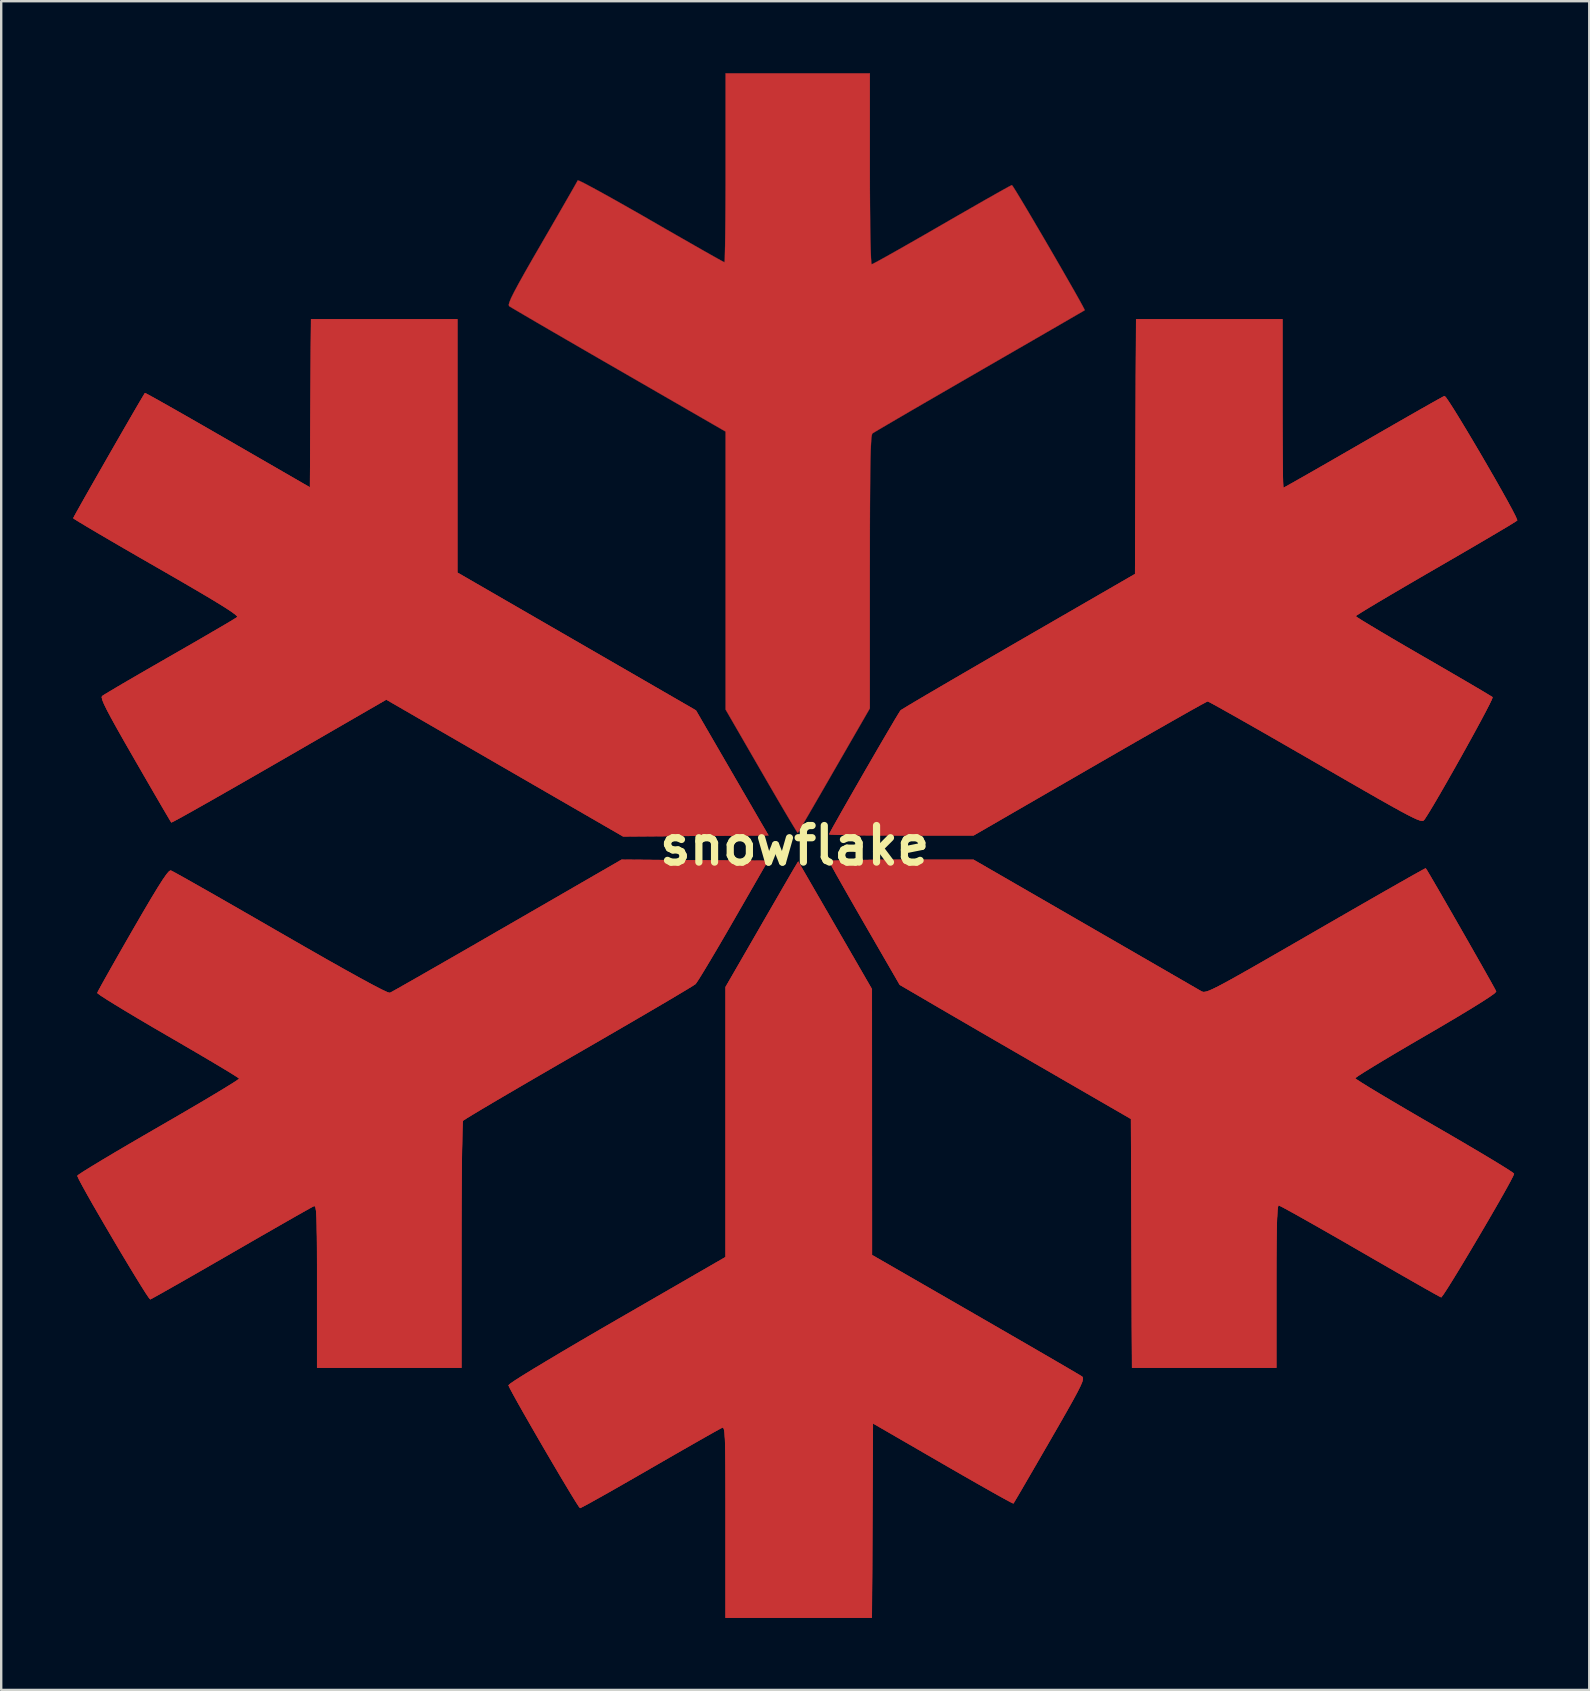
<source format=kicad_pcb>
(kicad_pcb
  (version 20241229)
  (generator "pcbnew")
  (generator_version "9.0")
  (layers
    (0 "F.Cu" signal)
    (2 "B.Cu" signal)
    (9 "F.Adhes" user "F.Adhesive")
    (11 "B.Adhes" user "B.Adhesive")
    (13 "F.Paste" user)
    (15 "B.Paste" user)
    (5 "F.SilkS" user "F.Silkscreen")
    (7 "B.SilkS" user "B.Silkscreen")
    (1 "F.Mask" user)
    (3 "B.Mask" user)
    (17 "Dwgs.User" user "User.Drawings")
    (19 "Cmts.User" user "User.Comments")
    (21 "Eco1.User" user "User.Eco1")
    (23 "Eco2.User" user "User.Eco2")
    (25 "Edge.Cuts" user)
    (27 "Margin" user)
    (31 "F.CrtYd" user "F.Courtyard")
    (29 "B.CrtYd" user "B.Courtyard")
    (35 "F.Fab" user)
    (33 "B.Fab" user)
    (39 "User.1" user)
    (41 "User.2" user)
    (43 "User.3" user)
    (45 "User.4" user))
  (footprint "snowflake"
    (layer "F.Cu")
    (at 30.058 32.178)
    (property "Reference" "snowflake" (at 0 0 0) (layer "F.SilkS") (effects (font (size 1.524 1.524) (thickness 0.3))))
    (attr through_hole)
    (fp_poly (pts (xy -14.055 -11.372) (xy -4.115 -5.63) (xy -2.815 -3.387) (xy -2.48 -2.809) (xy -2.163 -2.262) (xy -1.876 -1.769) (xy -1.633 -1.349) (xy -1.446 -1.027) (xy -1.327 -0.822) (xy -1.305 -0.785) (xy -1.096 -0.428) (xy -4.121 -0.404) (xy -7.147 -0.381) (xy -12.081 -3.232) (xy -17.015 -6.083) (xy -21.475 -3.507) (xy -22.27 -3.049) (xy -23.02 -2.618) (xy -23.713 -2.222) (xy -24.337 -1.866) (xy -24.879 -1.56) (xy -25.325 -1.309) (xy -25.664 -1.122) (xy -25.883 -1.004) (xy -25.969 -0.964) (xy -25.969 -0.965) (xy -26.018 -1.043) (xy -26.141 -1.252) (xy -26.33 -1.573) (xy -26.573 -1.991) (xy -26.861 -2.487) (xy -27.184 -3.046) (xy -27.482 -3.563) (xy -27.889 -4.271) (xy -28.215 -4.846) (xy -28.467 -5.302) (xy -28.652 -5.651) (xy -28.776 -5.905) (xy -28.846 -6.077) (xy -28.867 -6.181) (xy -28.853 -6.225) (xy -28.757 -6.288) (xy -28.53 -6.425) (xy -28.191 -6.626) (xy -27.756 -6.881) (xy -27.242 -7.179) (xy -26.667 -7.511) (xy -26.047 -7.867) (xy -26.035 -7.874) (xy -25.415 -8.23) (xy -24.839 -8.562) (xy -24.325 -8.861) (xy -23.889 -9.115) (xy -23.548 -9.316) (xy -23.321 -9.454) (xy -23.223 -9.517) (xy -23.222 -9.518) (xy -23.235 -9.563) (xy -23.333 -9.65) (xy -23.525 -9.786) (xy -23.82 -9.976) (xy -24.226 -10.225) (xy -24.751 -10.537) (xy -25.404 -10.919) (xy -26.193 -11.375) (xy -26.584 -11.6) (xy -27.283 -12.002) (xy -27.934 -12.378) (xy -28.524 -12.722) (xy -29.038 -13.023) (xy -29.463 -13.274) (xy -29.783 -13.466) (xy -29.985 -13.591) (xy -30.053 -13.639) (xy -30.013 -13.718) (xy -29.9 -13.923) (xy -29.726 -14.234) (xy -29.502 -14.631) (xy -29.239 -15.093) (xy -28.95 -15.6) (xy -28.646 -16.131) (xy -28.339 -16.667) (xy -28.04 -17.187) (xy -27.761 -17.67) (xy -27.514 -18.097) (xy -27.31 -18.447) (xy -27.161 -18.699) (xy -27.079 -18.834) (xy -27.067 -18.85) (xy -26.992 -18.814) (xy -26.784 -18.701) (xy -26.459 -18.52) (xy -26.03 -18.278) (xy -25.513 -17.984) (xy -24.922 -17.646) (xy -24.271 -17.272) (xy -23.618 -16.896) (xy -20.193 -14.919) (xy -20.171 -18.424) (xy -20.149 -21.929) (xy -14.055 -21.929) (xy -14.055 -11.372)) (stroke (width 0.01) (type solid)) (fill yes) (layer "F.Cu"))
    (fp_poly (pts (xy -14.055 -11.372) (xy -4.115 -5.63) (xy -2.815 -3.387) (xy -2.48 -2.809) (xy -2.163 -2.262) (xy -1.876 -1.769) (xy -1.633 -1.349) (xy -1.446 -1.027) (xy -1.327 -0.822) (xy -1.305 -0.785) (xy -1.096 -0.428) (xy -4.121 -0.404) (xy -7.147 -0.381) (xy -12.081 -3.232) (xy -17.015 -6.083) (xy -21.475 -3.507) (xy -22.27 -3.049) (xy -23.02 -2.618) (xy -23.713 -2.222) (xy -24.337 -1.866) (xy -24.879 -1.56) (xy -25.325 -1.309) (xy -25.664 -1.122) (xy -25.883 -1.004) (xy -25.969 -0.964) (xy -25.969 -0.965) (xy -26.018 -1.043) (xy -26.141 -1.252) (xy -26.33 -1.573) (xy -26.573 -1.991) (xy -26.861 -2.487) (xy -27.184 -3.046) (xy -27.482 -3.563) (xy -27.889 -4.271) (xy -28.215 -4.846) (xy -28.467 -5.302) (xy -28.652 -5.651) (xy -28.776 -5.905) (xy -28.846 -6.077) (xy -28.867 -6.181) (xy -28.853 -6.225) (xy -28.757 -6.288) (xy -28.53 -6.425) (xy -28.191 -6.626) (xy -27.756 -6.881) (xy -27.242 -7.179) (xy -26.667 -7.511) (xy -26.047 -7.867) (xy -26.035 -7.874) (xy -25.415 -8.23) (xy -24.839 -8.562) (xy -24.325 -8.861) (xy -23.889 -9.115) (xy -23.548 -9.316) (xy -23.321 -9.454) (xy -23.223 -9.517) (xy -23.222 -9.518) (xy -23.235 -9.563) (xy -23.333 -9.65) (xy -23.525 -9.786) (xy -23.82 -9.976) (xy -24.226 -10.225) (xy -24.751 -10.537) (xy -25.404 -10.919) (xy -26.193 -11.375) (xy -26.584 -11.6) (xy -27.283 -12.002) (xy -27.934 -12.378) (xy -28.524 -12.722) (xy -29.038 -13.023) (xy -29.463 -13.274) (xy -29.783 -13.466) (xy -29.985 -13.591) (xy -30.053 -13.639) (xy -30.013 -13.718) (xy -29.9 -13.923) (xy -29.726 -14.234) (xy -29.502 -14.631) (xy -29.239 -15.093) (xy -28.95 -15.6) (xy -28.646 -16.131) (xy -28.339 -16.667) (xy -28.04 -17.187) (xy -27.761 -17.67) (xy -27.514 -18.097) (xy -27.31 -18.447) (xy -27.161 -18.699) (xy -27.079 -18.834) (xy -27.067 -18.85) (xy -26.992 -18.814) (xy -26.784 -18.701) (xy -26.459 -18.52) (xy -26.03 -18.278) (xy -25.513 -17.984) (xy -24.922 -17.646) (xy -24.271 -17.272) (xy -23.618 -16.896) (xy -20.193 -14.919) (xy -20.171 -18.424) (xy -20.149 -21.929) (xy -14.055 -21.929) (xy -14.055 -11.372)) (stroke (width 0.01) (type solid)) (fill yes) (layer "F.Cu"))
    (fp_poly (pts (xy 1.682 3.325) (xy 3.217 5.982) (xy 3.219 11.521) (xy 3.221 17.06) (xy 7.527 19.541) (xy 8.312 19.994) (xy 9.056 20.424) (xy 9.745 20.822) (xy 10.365 21.182) (xy 10.904 21.495) (xy 11.348 21.754) (xy 11.684 21.951) (xy 11.898 22.078) (xy 11.974 22.125) (xy 12.005 22.165) (xy 12.008 22.234) (xy 11.977 22.346) (xy 11.905 22.515) (xy 11.784 22.757) (xy 11.607 23.086) (xy 11.366 23.516) (xy 11.055 24.062) (xy 10.666 24.737) (xy 10.628 24.803) (xy 10.281 25.403) (xy 9.962 25.955) (xy 9.679 26.442) (xy 9.443 26.848) (xy 9.263 27.155) (xy 9.149 27.347) (xy 9.112 27.408) (xy 9.034 27.373) (xy 8.827 27.263) (xy 8.504 27.085) (xy 8.082 26.848) (xy 7.577 26.561) (xy 7.004 26.234) (xy 6.379 25.874) (xy 6.171 25.754) (xy 3.26 24.07) (xy 3.238 28.122) (xy 3.216 32.173) (xy -2.879 32.173) (xy -2.879 28.185) (xy -2.879 27.259) (xy -2.88 26.488) (xy -2.883 25.859) (xy -2.888 25.357) (xy -2.895 24.97) (xy -2.905 24.681) (xy -2.919 24.479) (xy -2.937 24.349) (xy -2.96 24.277) (xy -2.987 24.249) (xy -3.02 24.251) (xy -3.023 24.252) (xy -3.127 24.306) (xy -3.36 24.435) (xy -3.706 24.63) (xy -4.148 24.881) (xy -4.67 25.179) (xy -5.253 25.514) (xy -5.883 25.877) (xy -6.016 25.954) (xy -6.65 26.319) (xy -7.238 26.656) (xy -7.764 26.956) (xy -8.214 27.208) (xy -8.569 27.406) (xy -8.814 27.538) (xy -8.933 27.597) (xy -8.941 27.599) (xy -8.997 27.528) (xy -9.124 27.33) (xy -9.311 27.026) (xy -9.546 26.636) (xy -9.818 26.18) (xy -10.113 25.679) (xy -10.421 25.154) (xy -10.729 24.623) (xy -11.025 24.109) (xy -11.298 23.632) (xy -11.536 23.211) (xy -11.726 22.867) (xy -11.858 22.621) (xy -11.918 22.493) (xy -11.92 22.486) (xy -11.853 22.424) (xy -11.649 22.284) (xy -11.316 22.072) (xy -10.865 21.795) (xy -10.305 21.458) (xy -9.647 21.066) (xy -8.899 20.626) (xy -8.072 20.144) (xy -7.412 19.762) (xy -2.879 17.145) (xy -2.879 11.52) (xy -2.879 5.895) (xy -1.508 3.519) (xy -1.17 2.932) (xy -0.852 2.383) (xy -0.568 1.891) (xy -0.328 1.477) (xy -0.144 1.16) (xy -0.027 0.959) (xy 0.005 0.906) (xy 0.147 0.669) (xy 1.682 3.325)) (stroke (width 0.01) (type solid)) (fill yes) (layer "F.Cu"))
    (fp_poly (pts (xy 1.682 3.325) (xy 3.217 5.982) (xy 3.219 11.521) (xy 3.221 17.06) (xy 7.527 19.541) (xy 8.312 19.994) (xy 9.056 20.424) (xy 9.745 20.822) (xy 10.365 21.182) (xy 10.904 21.495) (xy 11.348 21.754) (xy 11.684 21.951) (xy 11.898 22.078) (xy 11.974 22.125) (xy 12.005 22.165) (xy 12.008 22.234) (xy 11.977 22.346) (xy 11.905 22.515) (xy 11.784 22.757) (xy 11.607 23.086) (xy 11.366 23.516) (xy 11.055 24.062) (xy 10.666 24.737) (xy 10.628 24.803) (xy 10.281 25.403) (xy 9.962 25.955) (xy 9.679 26.442) (xy 9.443 26.848) (xy 9.263 27.155) (xy 9.149 27.347) (xy 9.112 27.408) (xy 9.034 27.373) (xy 8.827 27.263) (xy 8.504 27.085) (xy 8.082 26.848) (xy 7.577 26.561) (xy 7.004 26.234) (xy 6.379 25.874) (xy 6.171 25.754) (xy 3.26 24.07) (xy 3.238 28.122) (xy 3.216 32.173) (xy -2.879 32.173) (xy -2.879 28.185) (xy -2.879 27.259) (xy -2.88 26.488) (xy -2.883 25.859) (xy -2.888 25.357) (xy -2.895 24.97) (xy -2.905 24.681) (xy -2.919 24.479) (xy -2.937 24.349) (xy -2.96 24.277) (xy -2.987 24.249) (xy -3.02 24.251) (xy -3.023 24.252) (xy -3.127 24.306) (xy -3.36 24.435) (xy -3.706 24.63) (xy -4.148 24.881) (xy -4.67 25.179) (xy -5.253 25.514) (xy -5.883 25.877) (xy -6.016 25.954) (xy -6.65 26.319) (xy -7.238 26.656) (xy -7.764 26.956) (xy -8.214 27.208) (xy -8.569 27.406) (xy -8.814 27.538) (xy -8.933 27.597) (xy -8.941 27.599) (xy -8.997 27.528) (xy -9.124 27.33) (xy -9.311 27.026) (xy -9.546 26.636) (xy -9.818 26.18) (xy -10.113 25.679) (xy -10.421 25.154) (xy -10.729 24.623) (xy -11.025 24.109) (xy -11.298 23.632) (xy -11.536 23.211) (xy -11.726 22.867) (xy -11.858 22.621) (xy -11.918 22.493) (xy -11.92 22.486) (xy -11.853 22.424) (xy -11.649 22.284) (xy -11.316 22.072) (xy -10.865 21.795) (xy -10.305 21.458) (xy -9.647 21.066) (xy -8.899 20.626) (xy -8.072 20.144) (xy -7.412 19.762) (xy -2.879 17.145) (xy -2.879 11.52) (xy -2.879 5.895) (xy -1.508 3.519) (xy -1.17 2.932) (xy -0.852 2.383) (xy -0.568 1.891) (xy -0.328 1.477) (xy -0.144 1.16) (xy -0.027 0.959) (xy 0.005 0.906) (xy 0.147 0.669) (xy 1.682 3.325)) (stroke (width 0.01) (type solid)) (fill yes) (layer "F.Cu"))
    (fp_poly (pts (xy 3.133 -28.194) (xy 3.134 -27.35) (xy 3.139 -26.576) (xy 3.146 -25.886) (xy 3.155 -25.296) (xy 3.167 -24.819) (xy 3.18 -24.471) (xy 3.195 -24.266) (xy 3.208 -24.215) (xy 3.296 -24.256) (xy 3.513 -24.373) (xy 3.845 -24.557) (xy 4.274 -24.798) (xy 4.785 -25.089) (xy 5.361 -25.418) (xy 5.985 -25.778) (xy 6.137 -25.866) (xy 6.77 -26.231) (xy 7.358 -26.568) (xy 7.883 -26.869) (xy 8.33 -27.122) (xy 8.683 -27.321) (xy 8.926 -27.454) (xy 9.043 -27.514) (xy 9.05 -27.517) (xy 9.102 -27.447) (xy 9.226 -27.25) (xy 9.41 -26.947) (xy 9.643 -26.558) (xy 9.912 -26.103) (xy 10.207 -25.601) (xy 10.516 -25.073) (xy 10.826 -24.539) (xy 11.127 -24.018) (xy 11.406 -23.532) (xy 11.653 -23.1) (xy 11.854 -22.743) (xy 11.999 -22.479) (xy 12.076 -22.33) (xy 12.085 -22.303) (xy 12.01 -22.259) (xy 11.801 -22.138) (xy 11.471 -21.947) (xy 11.033 -21.693) (xy 10.5 -21.385) (xy 9.884 -21.029) (xy 9.198 -20.633) (xy 8.455 -20.204) (xy 7.705 -19.771) (xy 6.916 -19.315) (xy 6.17 -18.883) (xy 5.479 -18.483) (xy 4.857 -18.122) (xy 4.317 -17.807) (xy 3.872 -17.546) (xy 3.534 -17.348) (xy 3.319 -17.219) (xy 3.239 -17.168) (xy 3.217 -17.116) (xy 3.198 -16.99) (xy 3.182 -16.781) (xy 3.168 -16.479) (xy 3.157 -16.074) (xy 3.149 -15.555) (xy 3.142 -14.913) (xy 3.137 -14.138) (xy 3.134 -13.22) (xy 3.133 -12.148) (xy 3.132 -11.398) (xy 3.132 -5.715) (xy 1.643 -3.133) (xy 1.297 -2.532) (xy 0.978 -1.98) (xy 0.696 -1.492) (xy 0.46 -1.086) (xy 0.281 -0.779) (xy 0.168 -0.586) (xy 0.13 -0.526) (xy 0.084 -0.59) (xy -0.037 -0.786) (xy -0.223 -1.095) (xy -0.464 -1.502) (xy -0.751 -1.991) (xy -1.073 -2.545) (xy -1.386 -3.085) (xy -2.879 -5.669) (xy -2.879 -17.248) (xy -7.33 -19.817) (xy -8.128 -20.277) (xy -8.883 -20.714) (xy -9.583 -21.12) (xy -10.215 -21.486) (xy -10.766 -21.807) (xy -11.222 -22.074) (xy -11.571 -22.279) (xy -11.8 -22.415) (xy -11.896 -22.474) (xy -11.896 -22.474) (xy -11.913 -22.526) (xy -11.887 -22.633) (xy -11.814 -22.81) (xy -11.685 -23.069) (xy -11.495 -23.424) (xy -11.237 -23.886) (xy -10.904 -24.469) (xy -10.536 -25.104) (xy -10.19 -25.701) (xy -9.872 -26.252) (xy -9.591 -26.74) (xy -9.357 -27.147) (xy -9.18 -27.457) (xy -9.07 -27.652) (xy -9.037 -27.715) (xy -8.961 -27.689) (xy -8.754 -27.587) (xy -8.432 -27.416) (xy -8.009 -27.185) (xy -7.502 -26.903) (xy -6.926 -26.577) (xy -6.295 -26.218) (xy -5.991 -26.042) (xy -5.34 -25.667) (xy -4.734 -25.32) (xy -4.191 -25.009) (xy -3.724 -24.743) (xy -3.35 -24.532) (xy -3.085 -24.384) (xy -2.944 -24.308) (xy -2.925 -24.299) (xy -2.915 -24.381) (xy -2.907 -24.616) (xy -2.899 -24.987) (xy -2.892 -25.477) (xy -2.886 -26.07) (xy -2.882 -26.749) (xy -2.879 -27.498) (xy -2.879 -28.236) (xy -2.879 -32.173) (xy 3.133 -32.173) (xy 3.133 -28.194)) (stroke (width 0.01) (type solid)) (fill yes) (layer "F.Cu"))
    (fp_poly (pts (xy 12.087 3.269) (xy 12.904 3.741) (xy 13.682 4.19) (xy 14.407 4.609) (xy 15.067 4.99) (xy 15.648 5.326) (xy 16.138 5.609) (xy 16.522 5.831) (xy 16.789 5.985) (xy 16.925 6.064) (xy 16.935 6.07) (xy 16.983 6.093) (xy 17.04 6.103) (xy 17.117 6.095) (xy 17.226 6.062) (xy 17.378 5.998) (xy 17.584 5.899) (xy 17.856 5.757) (xy 18.204 5.567) (xy 18.64 5.323) (xy 19.175 5.019) (xy 19.82 4.649) (xy 20.587 4.208) (xy 21.486 3.689) (xy 21.709 3.56) (xy 22.512 3.097) (xy 23.271 2.66) (xy 23.973 2.257) (xy 24.605 1.895) (xy 25.156 1.582) (xy 25.611 1.323) (xy 25.961 1.127) (xy 26.19 1) (xy 26.288 0.95) (xy 26.29 0.95) (xy 26.347 1.04) (xy 26.475 1.255) (xy 26.662 1.576) (xy 26.897 1.98) (xy 27.166 2.448) (xy 27.459 2.958) (xy 27.764 3.49) (xy 28.069 4.023) (xy 28.361 4.537) (xy 28.629 5.009) (xy 28.861 5.42) (xy 29.046 5.749) (xy 29.17 5.975) (xy 29.223 6.078) (xy 29.224 6.081) (xy 29.159 6.152) (xy 28.953 6.3) (xy 28.614 6.52) (xy 28.149 6.809) (xy 27.566 7.16) (xy 26.873 7.57) (xy 26.3 7.904) (xy 25.657 8.278) (xy 25.063 8.628) (xy 24.532 8.944) (xy 24.081 9.217) (xy 23.724 9.437) (xy 23.478 9.595) (xy 23.357 9.682) (xy 23.347 9.694) (xy 23.418 9.751) (xy 23.622 9.883) (xy 23.943 10.082) (xy 24.367 10.338) (xy 24.88 10.643) (xy 25.466 10.988) (xy 26.111 11.365) (xy 26.658 11.681) (xy 27.34 12.076) (xy 27.974 12.447) (xy 28.547 12.785) (xy 29.042 13.081) (xy 29.447 13.328) (xy 29.745 13.515) (xy 29.923 13.634) (xy 29.968 13.674) (xy 29.927 13.776) (xy 29.811 13.999) (xy 29.633 14.324) (xy 29.404 14.73) (xy 29.136 15.197) (xy 28.841 15.705) (xy 28.531 16.233) (xy 28.218 16.762) (xy 27.914 17.271) (xy 27.631 17.74) (xy 27.38 18.149) (xy 27.174 18.477) (xy 27.024 18.705) (xy 26.943 18.813) (xy 26.933 18.818) (xy 26.844 18.773) (xy 26.623 18.651) (xy 26.286 18.462) (xy 25.849 18.213) (xy 25.325 17.914) (xy 24.731 17.573) (xy 24.08 17.198) (xy 23.55 16.892) (xy 22.868 16.498) (xy 22.228 16.132) (xy 21.648 15.802) (xy 21.142 15.516) (xy 20.725 15.283) (xy 20.412 15.112) (xy 20.218 15.011) (xy 20.16 14.986) (xy 20.135 15.042) (xy 20.113 15.214) (xy 20.096 15.511) (xy 20.083 15.942) (xy 20.074 16.515) (xy 20.068 17.238) (xy 20.066 18.12) (xy 20.066 18.373) (xy 20.066 21.759) (xy 14.056 21.759) (xy 14.034 16.573) (xy 14.012 11.388) (xy 10.668 9.455) (xy 9.914 9.019) (xy 9.149 8.576) (xy 8.397 8.141) (xy 7.683 7.727) (xy 7.032 7.348) (xy 6.467 7.02) (xy 6.013 6.756) (xy 5.851 6.661) (xy 4.378 5.8) (xy 2.911 3.26) (xy 2.567 2.663) (xy 2.252 2.112) (xy 1.975 1.625) (xy 1.745 1.219) (xy 1.574 0.91) (xy 1.47 0.717) (xy 1.441 0.656) (xy 1.522 0.641) (xy 1.754 0.628) (xy 2.116 0.616) (xy 2.591 0.606) (xy 3.16 0.599) (xy 3.802 0.594) (xy 4.446 0.593) (xy 7.453 0.593) (xy 12.087 3.269)) (stroke (width 0.01) (type solid)) (fill yes) (layer "F.Cu"))
    (fp_poly (pts (xy 12.087 3.269) (xy 12.904 3.741) (xy 13.682 4.19) (xy 14.407 4.609) (xy 15.067 4.99) (xy 15.648 5.326) (xy 16.138 5.609) (xy 16.522 5.831) (xy 16.789 5.985) (xy 16.925 6.064) (xy 16.935 6.07) (xy 16.983 6.093) (xy 17.04 6.103) (xy 17.117 6.095) (xy 17.226 6.062) (xy 17.378 5.998) (xy 17.584 5.899) (xy 17.856 5.757) (xy 18.204 5.567) (xy 18.64 5.323) (xy 19.175 5.019) (xy 19.82 4.649) (xy 20.587 4.208) (xy 21.486 3.689) (xy 21.709 3.56) (xy 22.512 3.097) (xy 23.271 2.66) (xy 23.973 2.257) (xy 24.605 1.895) (xy 25.156 1.582) (xy 25.611 1.323) (xy 25.961 1.127) (xy 26.19 1) (xy 26.288 0.95) (xy 26.29 0.95) (xy 26.347 1.04) (xy 26.475 1.255) (xy 26.662 1.576) (xy 26.897 1.98) (xy 27.166 2.448) (xy 27.459 2.958) (xy 27.764 3.49) (xy 28.069 4.023) (xy 28.361 4.537) (xy 28.629 5.009) (xy 28.861 5.42) (xy 29.046 5.749) (xy 29.17 5.975) (xy 29.223 6.078) (xy 29.224 6.081) (xy 29.159 6.152) (xy 28.953 6.3) (xy 28.614 6.52) (xy 28.149 6.809) (xy 27.566 7.16) (xy 26.873 7.57) (xy 26.3 7.904) (xy 25.657 8.278) (xy 25.063 8.628) (xy 24.532 8.944) (xy 24.081 9.217) (xy 23.724 9.437) (xy 23.478 9.595) (xy 23.357 9.682) (xy 23.347 9.694) (xy 23.418 9.751) (xy 23.622 9.883) (xy 23.943 10.082) (xy 24.367 10.338) (xy 24.88 10.643) (xy 25.466 10.988) (xy 26.111 11.365) (xy 26.658 11.681) (xy 27.34 12.076) (xy 27.974 12.447) (xy 28.547 12.785) (xy 29.042 13.081) (xy 29.447 13.328) (xy 29.745 13.515) (xy 29.923 13.634) (xy 29.968 13.674) (xy 29.927 13.776) (xy 29.811 13.999) (xy 29.633 14.324) (xy 29.404 14.73) (xy 29.136 15.197) (xy 28.841 15.705) (xy 28.531 16.233) (xy 28.218 16.762) (xy 27.914 17.271) (xy 27.631 17.74) (xy 27.38 18.149) (xy 27.174 18.477) (xy 27.024 18.705) (xy 26.943 18.813) (xy 26.933 18.818) (xy 26.844 18.773) (xy 26.623 18.651) (xy 26.286 18.462) (xy 25.849 18.213) (xy 25.325 17.914) (xy 24.731 17.573) (xy 24.08 17.198) (xy 23.55 16.892) (xy 22.868 16.498) (xy 22.228 16.132) (xy 21.648 15.802) (xy 21.142 15.516) (xy 20.725 15.283) (xy 20.412 15.112) (xy 20.218 15.011) (xy 20.16 14.986) (xy 20.135 15.042) (xy 20.113 15.214) (xy 20.096 15.511) (xy 20.083 15.942) (xy 20.074 16.515) (xy 20.068 17.238) (xy 20.066 18.12) (xy 20.066 18.373) (xy 20.066 21.759) (xy 14.056 21.759) (xy 14.034 16.573) (xy 14.012 11.388) (xy 10.668 9.455) (xy 9.914 9.019) (xy 9.149 8.576) (xy 8.397 8.141) (xy 7.683 7.727) (xy 7.032 7.348) (xy 6.467 7.02) (xy 6.013 6.756) (xy 5.851 6.661) (xy 4.378 5.8) (xy 2.911 3.26) (xy 2.567 2.663) (xy 2.252 2.112) (xy 1.975 1.625) (xy 1.745 1.219) (xy 1.574 0.91) (xy 1.47 0.717) (xy 1.441 0.656) (xy 1.522 0.641) (xy 1.754 0.628) (xy 2.116 0.616) (xy 2.591 0.606) (xy 3.16 0.599) (xy 3.802 0.594) (xy 4.446 0.593) (xy 7.453 0.593) (xy 12.087 3.269)) (stroke (width 0.01) (type solid)) (fill yes) (layer "F.Cu"))
    (fp_poly (pts (xy 20.32 -18.415) (xy 20.321 -17.662) (xy 20.324 -16.965) (xy 20.328 -16.34) (xy 20.333 -15.805) (xy 20.34 -15.379) (xy 20.347 -15.078) (xy 20.355 -14.921) (xy 20.359 -14.901) (xy 20.439 -14.942) (xy 20.649 -15.06) (xy 20.977 -15.245) (xy 21.407 -15.49) (xy 21.923 -15.785) (xy 22.512 -16.123) (xy 23.158 -16.495) (xy 23.689 -16.801) (xy 24.371 -17.195) (xy 25.01 -17.562) (xy 25.59 -17.894) (xy 26.096 -18.183) (xy 26.513 -18.419) (xy 26.825 -18.594) (xy 27.017 -18.699) (xy 27.074 -18.727) (xy 27.136 -18.663) (xy 27.268 -18.471) (xy 27.46 -18.172) (xy 27.699 -17.785) (xy 27.973 -17.332) (xy 28.272 -16.831) (xy 28.582 -16.305) (xy 28.892 -15.771) (xy 29.191 -15.252) (xy 29.466 -14.767) (xy 29.706 -14.336) (xy 29.899 -13.979) (xy 30.033 -13.717) (xy 30.096 -13.57) (xy 30.099 -13.546) (xy 30.019 -13.492) (xy 29.808 -13.361) (xy 29.479 -13.164) (xy 29.048 -12.909) (xy 28.529 -12.604) (xy 27.937 -12.258) (xy 27.287 -11.881) (xy 26.713 -11.548) (xy 26.028 -11.151) (xy 25.39 -10.779) (xy 24.814 -10.441) (xy 24.314 -10.145) (xy 23.905 -9.9) (xy 23.602 -9.714) (xy 23.419 -9.597) (xy 23.368 -9.558) (xy 23.439 -9.504) (xy 23.641 -9.375) (xy 23.958 -9.182) (xy 24.374 -8.933) (xy 24.874 -8.637) (xy 25.441 -8.305) (xy 26.06 -7.946) (xy 26.183 -7.875) (xy 26.813 -7.511) (xy 27.398 -7.171) (xy 27.922 -6.866) (xy 28.367 -6.605) (xy 28.717 -6.398) (xy 28.956 -6.254) (xy 29.068 -6.184) (xy 29.073 -6.179) (xy 29.046 -6.096) (xy 28.946 -5.887) (xy 28.784 -5.573) (xy 28.571 -5.173) (xy 28.32 -4.71) (xy 28.04 -4.202) (xy 27.745 -3.671) (xy 27.445 -3.138) (xy 27.152 -2.622) (xy 26.877 -2.144) (xy 26.632 -1.725) (xy 26.428 -1.386) (xy 26.277 -1.147) (xy 26.224 -1.071) (xy 26.193 -1.042) (xy 26.145 -1.031) (xy 26.067 -1.043) (xy 25.949 -1.083) (xy 25.78 -1.159) (xy 25.549 -1.275) (xy 25.244 -1.438) (xy 24.855 -1.653) (xy 24.37 -1.926) (xy 23.779 -2.264) (xy 23.069 -2.672) (xy 22.231 -3.156) (xy 21.7 -3.463) (xy 20.908 -3.919) (xy 20.159 -4.35) (xy 19.467 -4.747) (xy 18.842 -5.103) (xy 18.3 -5.41) (xy 17.852 -5.662) (xy 17.512 -5.852) (xy 17.293 -5.97) (xy 17.207 -6.011) (xy 17.121 -5.97) (xy 16.901 -5.851) (xy 16.559 -5.661) (xy 16.108 -5.406) (xy 15.56 -5.095) (xy 14.927 -4.734) (xy 14.221 -4.331) (xy 13.456 -3.891) (xy 12.643 -3.422) (xy 12.288 -3.217) (xy 7.453 -0.423) (xy 4.446 -0.423) (xy 3.752 -0.425) (xy 3.114 -0.428) (xy 2.552 -0.434) (xy 2.084 -0.442) (xy 1.73 -0.451) (xy 1.509 -0.461) (xy 1.439 -0.471) (xy 1.48 -0.555) (xy 1.594 -0.765) (xy 1.771 -1.079) (xy 1.997 -1.479) (xy 2.261 -1.942) (xy 2.552 -2.449) (xy 2.857 -2.98) (xy 3.165 -3.513) (xy 3.464 -4.029) (xy 3.742 -4.506) (xy 3.988 -4.924) (xy 4.188 -5.264) (xy 4.333 -5.503) (xy 4.409 -5.622) (xy 4.415 -5.63) (xy 4.5 -5.686) (xy 4.72 -5.819) (xy 5.062 -6.023) (xy 5.513 -6.289) (xy 6.062 -6.61) (xy 6.695 -6.98) (xy 7.402 -7.391) (xy 8.168 -7.836) (xy 8.982 -8.308) (xy 9.338 -8.514) (xy 14.182 -11.312) (xy 14.203 -16.62) (xy 14.225 -21.929) (xy 20.32 -21.929) (xy 20.32 -18.415)) (stroke (width 0.01) (type solid)) (fill yes) (layer "F.Cu"))
    (fp_poly (pts (xy 20.32 -18.415) (xy 20.321 -17.662) (xy 20.324 -16.965) (xy 20.328 -16.34) (xy 20.333 -15.805) (xy 20.34 -15.379) (xy 20.347 -15.078) (xy 20.355 -14.921) (xy 20.359 -14.901) (xy 20.439 -14.942) (xy 20.649 -15.06) (xy 20.977 -15.245) (xy 21.407 -15.49) (xy 21.923 -15.785) (xy 22.512 -16.123) (xy 23.158 -16.495) (xy 23.689 -16.801) (xy 24.371 -17.195) (xy 25.01 -17.562) (xy 25.59 -17.894) (xy 26.096 -18.183) (xy 26.513 -18.419) (xy 26.825 -18.594) (xy 27.017 -18.699) (xy 27.074 -18.727) (xy 27.136 -18.663) (xy 27.268 -18.471) (xy 27.46 -18.172) (xy 27.699 -17.785) (xy 27.973 -17.332) (xy 28.272 -16.831) (xy 28.582 -16.305) (xy 28.892 -15.771) (xy 29.191 -15.252) (xy 29.466 -14.767) (xy 29.706 -14.336) (xy 29.899 -13.979) (xy 30.033 -13.717) (xy 30.096 -13.57) (xy 30.099 -13.546) (xy 30.019 -13.492) (xy 29.808 -13.361) (xy 29.479 -13.164) (xy 29.048 -12.909) (xy 28.529 -12.604) (xy 27.937 -12.258) (xy 27.287 -11.881) (xy 26.713 -11.548) (xy 26.028 -11.151) (xy 25.39 -10.779) (xy 24.814 -10.441) (xy 24.314 -10.145) (xy 23.905 -9.9) (xy 23.602 -9.714) (xy 23.419 -9.597) (xy 23.368 -9.558) (xy 23.439 -9.504) (xy 23.641 -9.375) (xy 23.958 -9.182) (xy 24.374 -8.933) (xy 24.874 -8.637) (xy 25.441 -8.305) (xy 26.06 -7.946) (xy 26.183 -7.875) (xy 26.813 -7.511) (xy 27.398 -7.171) (xy 27.922 -6.866) (xy 28.367 -6.605) (xy 28.717 -6.398) (xy 28.956 -6.254) (xy 29.068 -6.184) (xy 29.073 -6.179) (xy 29.046 -6.096) (xy 28.946 -5.887) (xy 28.784 -5.573) (xy 28.571 -5.173) (xy 28.32 -4.71) (xy 28.04 -4.202) (xy 27.745 -3.671) (xy 27.445 -3.138) (xy 27.152 -2.622) (xy 26.877 -2.144) (xy 26.632 -1.725) (xy 26.428 -1.386) (xy 26.277 -1.147) (xy 26.224 -1.071) (xy 26.193 -1.042) (xy 26.145 -1.031) (xy 26.067 -1.043) (xy 25.949 -1.083) (xy 25.78 -1.159) (xy 25.549 -1.275) (xy 25.244 -1.438) (xy 24.855 -1.653) (xy 24.37 -1.926) (xy 23.779 -2.264) (xy 23.069 -2.672) (xy 22.231 -3.156) (xy 21.7 -3.463) (xy 20.908 -3.919) (xy 20.159 -4.35) (xy 19.467 -4.747) (xy 18.842 -5.103) (xy 18.3 -5.41) (xy 17.852 -5.662) (xy 17.512 -5.852) (xy 17.293 -5.97) (xy 17.207 -6.011) (xy 17.121 -5.97) (xy 16.901 -5.851) (xy 16.559 -5.661) (xy 16.108 -5.406) (xy 15.56 -5.095) (xy 14.927 -4.734) (xy 14.221 -4.331) (xy 13.456 -3.891) (xy 12.643 -3.422) (xy 12.288 -3.217) (xy 7.453 -0.423) (xy 4.446 -0.423) (xy 3.752 -0.425) (xy 3.114 -0.428) (xy 2.552 -0.434) (xy 2.084 -0.442) (xy 1.73 -0.451) (xy 1.509 -0.461) (xy 1.439 -0.471) (xy 1.48 -0.555) (xy 1.594 -0.765) (xy 1.771 -1.079) (xy 1.997 -1.479) (xy 2.261 -1.942) (xy 2.552 -2.449) (xy 2.857 -2.98) (xy 3.165 -3.513) (xy 3.464 -4.029) (xy 3.742 -4.506) (xy 3.988 -4.924) (xy 4.188 -5.264) (xy 4.333 -5.503) (xy 4.409 -5.622) (xy 4.415 -5.63) (xy 4.5 -5.686) (xy 4.72 -5.819) (xy 5.062 -6.023) (xy 5.513 -6.289) (xy 6.062 -6.61) (xy 6.695 -6.98) (xy 7.402 -7.391) (xy 8.168 -7.836) (xy 8.982 -8.308) (xy 9.338 -8.514) (xy 14.182 -11.312) (xy 14.203 -16.62) (xy 14.225 -21.929) (xy 20.32 -21.929) (xy 20.32 -18.415)) (stroke (width 0.01) (type solid)) (fill yes) (layer "F.Cu"))
    (fp_poly (pts (xy -1.119 0.635) (xy -2.555 3.133) (xy -2.9 3.73) (xy -3.224 4.284) (xy -3.515 4.776) (xy -3.763 5.189) (xy -3.957 5.505) (xy -4.086 5.705) (xy -4.133 5.767) (xy -4.23 5.832) (xy -4.46 5.974) (xy -4.813 6.185) (xy -5.273 6.459) (xy -5.83 6.786) (xy -6.47 7.16) (xy -7.181 7.574) (xy -7.949 8.02) (xy -8.762 8.49) (xy -9.017 8.637) (xy -9.839 9.111) (xy -10.617 9.562) (xy -11.34 9.983) (xy -11.995 10.366) (xy -12.569 10.703) (xy -13.05 10.988) (xy -13.425 11.213) (xy -13.682 11.371) (xy -13.809 11.454) (xy -13.821 11.463) (xy -13.832 11.563) (xy -13.842 11.816) (xy -13.852 12.21) (xy -13.861 12.727) (xy -13.869 13.354) (xy -13.875 14.076) (xy -13.88 14.877) (xy -13.883 15.743) (xy -13.884 16.658) (xy -13.884 16.658) (xy -13.885 21.759) (xy -19.897 21.759) (xy -19.897 18.364) (xy -19.897 17.512) (xy -19.899 16.814) (xy -19.903 16.256) (xy -19.91 15.824) (xy -19.92 15.501) (xy -19.933 15.274) (xy -19.951 15.127) (xy -19.974 15.046) (xy -20.003 15.016) (xy -20.029 15.019) (xy -20.127 15.07) (xy -20.357 15.198) (xy -20.703 15.393) (xy -21.149 15.647) (xy -21.679 15.951) (xy -22.28 16.295) (xy -22.934 16.672) (xy -23.46 16.976) (xy -24.144 17.37) (xy -24.783 17.738) (xy -25.363 18.07) (xy -25.869 18.358) (xy -26.286 18.594) (xy -26.598 18.769) (xy -26.79 18.875) (xy -26.848 18.903) (xy -26.905 18.837) (xy -27.035 18.644) (xy -27.225 18.344) (xy -27.463 17.958) (xy -27.738 17.505) (xy -28.037 17.007) (xy -28.348 16.482) (xy -28.66 15.951) (xy -28.961 15.435) (xy -29.239 14.954) (xy -29.481 14.527) (xy -29.676 14.174) (xy -29.813 13.917) (xy -29.878 13.776) (xy -29.882 13.758) (xy -29.812 13.7) (xy -29.608 13.567) (xy -29.286 13.367) (xy -28.861 13.11) (xy -28.347 12.803) (xy -27.758 12.457) (xy -27.109 12.079) (xy -26.499 11.726) (xy -25.81 11.328) (xy -25.17 10.954) (xy -24.591 10.614) (xy -24.09 10.315) (xy -23.68 10.066) (xy -23.375 9.876) (xy -23.19 9.753) (xy -23.138 9.708) (xy -23.214 9.652) (xy -23.421 9.52) (xy -23.744 9.323) (xy -24.167 9.07) (xy -24.674 8.77) (xy -25.249 8.433) (xy -25.877 8.067) (xy -26.114 7.93) (xy -26.756 7.557) (xy -27.349 7.207) (xy -27.878 6.891) (xy -28.327 6.618) (xy -28.681 6.398) (xy -28.925 6.239) (xy -29.042 6.151) (xy -29.051 6.138) (xy -29.007 6.047) (xy -28.887 5.827) (xy -28.703 5.496) (xy -28.463 5.07) (xy -28.178 4.567) (xy -27.857 4.006) (xy -27.583 3.529) (xy -27.161 2.801) (xy -26.814 2.212) (xy -26.536 1.754) (xy -26.321 1.417) (xy -26.164 1.192) (xy -26.057 1.069) (xy -25.997 1.039) (xy -25.902 1.087) (xy -25.673 1.212) (xy -25.324 1.407) (xy -24.868 1.665) (xy -24.318 1.977) (xy -23.687 2.338) (xy -22.988 2.739) (xy -22.235 3.172) (xy -21.44 3.631) (xy -21.434 3.634) (xy -20.419 4.218) (xy -19.524 4.729) (xy -18.751 5.164) (xy -18.106 5.522) (xy -17.591 5.801) (xy -17.211 5.998) (xy -16.968 6.112) (xy -16.868 6.141) (xy -16.772 6.091) (xy -16.543 5.963) (xy -16.193 5.764) (xy -15.734 5.503) (xy -15.179 5.185) (xy -14.54 4.819) (xy -13.831 4.412) (xy -13.064 3.97) (xy -12.252 3.501) (xy -11.972 3.34) (xy -7.212 0.591) (xy -1.119 0.635)) (stroke (width 0.01) (type solid)) (fill yes) (layer "F.Cu"))
    (fp_poly (pts (xy -1.119 0.635) (xy -2.555 3.133) (xy -2.9 3.73) (xy -3.224 4.284) (xy -3.515 4.776) (xy -3.763 5.189) (xy -3.957 5.505) (xy -4.086 5.705) (xy -4.133 5.767) (xy -4.23 5.832) (xy -4.46 5.974) (xy -4.813 6.185) (xy -5.273 6.459) (xy -5.83 6.786) (xy -6.47 7.16) (xy -7.181 7.574) (xy -7.949 8.02) (xy -8.762 8.49) (xy -9.017 8.637) (xy -9.839 9.111) (xy -10.617 9.562) (xy -11.34 9.983) (xy -11.995 10.366) (xy -12.569 10.703) (xy -13.05 10.988) (xy -13.425 11.213) (xy -13.682 11.371) (xy -13.809 11.454) (xy -13.821 11.463) (xy -13.832 11.563) (xy -13.842 11.816) (xy -13.852 12.21) (xy -13.861 12.727) (xy -13.869 13.354) (xy -13.875 14.076) (xy -13.88 14.877) (xy -13.883 15.743) (xy -13.884 16.658) (xy -13.884 16.658) (xy -13.885 21.759) (xy -19.897 21.759) (xy -19.897 18.364) (xy -19.897 17.512) (xy -19.899 16.814) (xy -19.903 16.256) (xy -19.91 15.824) (xy -19.92 15.501) (xy -19.933 15.274) (xy -19.951 15.127) (xy -19.974 15.046) (xy -20.003 15.016) (xy -20.029 15.019) (xy -20.127 15.07) (xy -20.357 15.198) (xy -20.703 15.393) (xy -21.149 15.647) (xy -21.679 15.951) (xy -22.28 16.295) (xy -22.934 16.672) (xy -23.46 16.976) (xy -24.144 17.37) (xy -24.783 17.738) (xy -25.363 18.07) (xy -25.869 18.358) (xy -26.286 18.594) (xy -26.598 18.769) (xy -26.79 18.875) (xy -26.848 18.903) (xy -26.905 18.837) (xy -27.035 18.644) (xy -27.225 18.344) (xy -27.463 17.958) (xy -27.738 17.505) (xy -28.037 17.007) (xy -28.348 16.482) (xy -28.66 15.951) (xy -28.961 15.435) (xy -29.239 14.954) (xy -29.481 14.527) (xy -29.676 14.174) (xy -29.813 13.917) (xy -29.878 13.776) (xy -29.882 13.758) (xy -29.812 13.7) (xy -29.608 13.567) (xy -29.286 13.367) (xy -28.861 13.11) (xy -28.347 12.803) (xy -27.758 12.457) (xy -27.109 12.079) (xy -26.499 11.726) (xy -25.81 11.328) (xy -25.17 10.954) (xy -24.591 10.614) (xy -24.09 10.315) (xy -23.68 10.066) (xy -23.375 9.876) (xy -23.19 9.753) (xy -23.138 9.708) (xy -23.214 9.652) (xy -23.421 9.52) (xy -23.744 9.323) (xy -24.167 9.07) (xy -24.674 8.77) (xy -25.249 8.433) (xy -25.877 8.067) (xy -26.114 7.93) (xy -26.756 7.557) (xy -27.349 7.207) (xy -27.878 6.891) (xy -28.327 6.618) (xy -28.681 6.398) (xy -28.925 6.239) (xy -29.042 6.151) (xy -29.051 6.138) (xy -29.007 6.047) (xy -28.887 5.827) (xy -28.703 5.496) (xy -28.463 5.07) (xy -28.178 4.567) (xy -27.857 4.006) (xy -27.583 3.529) (xy -27.161 2.801) (xy -26.814 2.212) (xy -26.536 1.754) (xy -26.321 1.417) (xy -26.164 1.192) (xy -26.057 1.069) (xy -25.997 1.039) (xy -25.902 1.087) (xy -25.673 1.212) (xy -25.324 1.407) (xy -24.868 1.665) (xy -24.318 1.977) (xy -23.687 2.338) (xy -22.988 2.739) (xy -22.235 3.172) (xy -21.44 3.631) (xy -21.434 3.634) (xy -20.419 4.218) (xy -19.524 4.729) (xy -18.751 5.164) (xy -18.106 5.522) (xy -17.591 5.801) (xy -17.211 5.998) (xy -16.968 6.112) (xy -16.868 6.141) (xy -16.772 6.091) (xy -16.543 5.963) (xy -16.193 5.764) (xy -15.734 5.503) (xy -15.179 5.185) (xy -14.54 4.819) (xy -13.831 4.412) (xy -13.064 3.97) (xy -12.252 3.501) (xy -11.972 3.34) (xy -7.212 0.591) (xy -1.119 0.635)) (stroke (width 0.01) (type solid)) (fill yes) (layer "F.Cu"))
    (fp_poly (pts (xy -14.055 -11.372) (xy -4.115 -5.63) (xy -2.815 -3.387) (xy -2.48 -2.809) (xy -2.163 -2.262) (xy -1.876 -1.769) (xy -1.633 -1.349) (xy -1.446 -1.027) (xy -1.327 -0.822) (xy -1.305 -0.785) (xy -1.096 -0.428) (xy -4.121 -0.404) (xy -7.147 -0.381) (xy -12.081 -3.232) (xy -17.015 -6.083) (xy -21.475 -3.507) (xy -22.27 -3.049) (xy -23.02 -2.618) (xy -23.713 -2.222) (xy -24.337 -1.866) (xy -24.879 -1.56) (xy -25.325 -1.309) (xy -25.664 -1.122) (xy -25.883 -1.004) (xy -25.969 -0.964) (xy -25.969 -0.965) (xy -26.018 -1.043) (xy -26.141 -1.252) (xy -26.33 -1.573) (xy -26.573 -1.991) (xy -26.861 -2.487) (xy -27.184 -3.046) (xy -27.482 -3.563) (xy -27.889 -4.271) (xy -28.215 -4.846) (xy -28.467 -5.302) (xy -28.652 -5.651) (xy -28.776 -5.905) (xy -28.846 -6.077) (xy -28.867 -6.181) (xy -28.853 -6.225) (xy -28.757 -6.288) (xy -28.53 -6.425) (xy -28.191 -6.626) (xy -27.756 -6.881) (xy -27.242 -7.179) (xy -26.667 -7.511) (xy -26.047 -7.867) (xy -26.035 -7.874) (xy -25.415 -8.23) (xy -24.839 -8.562) (xy -24.325 -8.861) (xy -23.889 -9.115) (xy -23.548 -9.316) (xy -23.321 -9.454) (xy -23.223 -9.517) (xy -23.222 -9.518) (xy -23.235 -9.563) (xy -23.333 -9.65) (xy -23.525 -9.786) (xy -23.82 -9.976) (xy -24.226 -10.225) (xy -24.751 -10.537) (xy -25.404 -10.919) (xy -26.193 -11.375) (xy -26.584 -11.6) (xy -27.283 -12.002) (xy -27.934 -12.378) (xy -28.524 -12.722) (xy -29.038 -13.023) (xy -29.463 -13.274) (xy -29.783 -13.466) (xy -29.985 -13.591) (xy -30.053 -13.639) (xy -30.013 -13.718) (xy -29.9 -13.923) (xy -29.726 -14.234) (xy -29.502 -14.631) (xy -29.239 -15.093) (xy -28.95 -15.6) (xy -28.646 -16.131) (xy -28.339 -16.667) (xy -28.04 -17.187) (xy -27.761 -17.67) (xy -27.514 -18.097) (xy -27.31 -18.447) (xy -27.161 -18.699) (xy -27.079 -18.834) (xy -27.067 -18.85) (xy -26.992 -18.814) (xy -26.784 -18.701) (xy -26.459 -18.52) (xy -26.03 -18.278) (xy -25.513 -17.984) (xy -24.922 -17.646) (xy -24.271 -17.272) (xy -23.618 -16.896) (xy -20.193 -14.919) (xy -20.171 -18.424) (xy -20.149 -21.929) (xy -14.055 -21.929) (xy -14.055 -11.372)) (stroke (width 0.01) (type solid)) (fill yes) (layer "F.Mask"))
    (fp_poly (pts (xy -14.055 -11.372) (xy -4.115 -5.63) (xy -2.815 -3.387) (xy -2.48 -2.809) (xy -2.163 -2.262) (xy -1.876 -1.769) (xy -1.633 -1.349) (xy -1.446 -1.027) (xy -1.327 -0.822) (xy -1.305 -0.785) (xy -1.096 -0.428) (xy -4.121 -0.404) (xy -7.147 -0.381) (xy -12.081 -3.232) (xy -17.015 -6.083) (xy -21.475 -3.507) (xy -22.27 -3.049) (xy -23.02 -2.618) (xy -23.713 -2.222) (xy -24.337 -1.866) (xy -24.879 -1.56) (xy -25.325 -1.309) (xy -25.664 -1.122) (xy -25.883 -1.004) (xy -25.969 -0.964) (xy -25.969 -0.965) (xy -26.018 -1.043) (xy -26.141 -1.252) (xy -26.33 -1.573) (xy -26.573 -1.991) (xy -26.861 -2.487) (xy -27.184 -3.046) (xy -27.482 -3.563) (xy -27.889 -4.271) (xy -28.215 -4.846) (xy -28.467 -5.302) (xy -28.652 -5.651) (xy -28.776 -5.905) (xy -28.846 -6.077) (xy -28.867 -6.181) (xy -28.853 -6.225) (xy -28.757 -6.288) (xy -28.53 -6.425) (xy -28.191 -6.626) (xy -27.756 -6.881) (xy -27.242 -7.179) (xy -26.667 -7.511) (xy -26.047 -7.867) (xy -26.035 -7.874) (xy -25.415 -8.23) (xy -24.839 -8.562) (xy -24.325 -8.861) (xy -23.889 -9.115) (xy -23.548 -9.316) (xy -23.321 -9.454) (xy -23.223 -9.517) (xy -23.222 -9.518) (xy -23.235 -9.563) (xy -23.333 -9.65) (xy -23.525 -9.786) (xy -23.82 -9.976) (xy -24.226 -10.225) (xy -24.751 -10.537) (xy -25.404 -10.919) (xy -26.193 -11.375) (xy -26.584 -11.6) (xy -27.283 -12.002) (xy -27.934 -12.378) (xy -28.524 -12.722) (xy -29.038 -13.023) (xy -29.463 -13.274) (xy -29.783 -13.466) (xy -29.985 -13.591) (xy -30.053 -13.639) (xy -30.013 -13.718) (xy -29.9 -13.923) (xy -29.726 -14.234) (xy -29.502 -14.631) (xy -29.239 -15.093) (xy -28.95 -15.6) (xy -28.646 -16.131) (xy -28.339 -16.667) (xy -28.04 -17.187) (xy -27.761 -17.67) (xy -27.514 -18.097) (xy -27.31 -18.447) (xy -27.161 -18.699) (xy -27.079 -18.834) (xy -27.067 -18.85) (xy -26.992 -18.814) (xy -26.784 -18.701) (xy -26.459 -18.52) (xy -26.03 -18.278) (xy -25.513 -17.984) (xy -24.922 -17.646) (xy -24.271 -17.272) (xy -23.618 -16.896) (xy -20.193 -14.919) (xy -20.171 -18.424) (xy -20.149 -21.929) (xy -14.055 -21.929) (xy -14.055 -11.372)) (stroke (width 0.01) (type solid)) (fill yes) (layer "F.Mask"))
    (fp_poly (pts (xy 1.682 3.325) (xy 3.217 5.982) (xy 3.219 11.521) (xy 3.221 17.06) (xy 7.527 19.541) (xy 8.312 19.994) (xy 9.056 20.424) (xy 9.745 20.822) (xy 10.365 21.182) (xy 10.904 21.495) (xy 11.348 21.754) (xy 11.684 21.951) (xy 11.898 22.078) (xy 11.974 22.125) (xy 12.005 22.165) (xy 12.008 22.234) (xy 11.977 22.346) (xy 11.905 22.515) (xy 11.784 22.757) (xy 11.607 23.086) (xy 11.366 23.516) (xy 11.055 24.062) (xy 10.666 24.737) (xy 10.628 24.803) (xy 10.281 25.403) (xy 9.962 25.955) (xy 9.679 26.442) (xy 9.443 26.848) (xy 9.263 27.155) (xy 9.149 27.347) (xy 9.112 27.408) (xy 9.034 27.373) (xy 8.827 27.263) (xy 8.504 27.085) (xy 8.082 26.848) (xy 7.577 26.561) (xy 7.004 26.234) (xy 6.379 25.874) (xy 6.171 25.754) (xy 3.26 24.07) (xy 3.238 28.122) (xy 3.216 32.173) (xy -2.879 32.173) (xy -2.879 28.185) (xy -2.879 27.259) (xy -2.88 26.488) (xy -2.883 25.859) (xy -2.888 25.357) (xy -2.895 24.97) (xy -2.905 24.681) (xy -2.919 24.479) (xy -2.937 24.349) (xy -2.96 24.277) (xy -2.987 24.249) (xy -3.02 24.251) (xy -3.023 24.252) (xy -3.127 24.306) (xy -3.36 24.435) (xy -3.706 24.63) (xy -4.148 24.881) (xy -4.67 25.179) (xy -5.253 25.514) (xy -5.883 25.877) (xy -6.016 25.954) (xy -6.65 26.319) (xy -7.238 26.656) (xy -7.764 26.956) (xy -8.214 27.208) (xy -8.569 27.406) (xy -8.814 27.538) (xy -8.933 27.597) (xy -8.941 27.599) (xy -8.997 27.528) (xy -9.124 27.33) (xy -9.311 27.026) (xy -9.546 26.636) (xy -9.818 26.18) (xy -10.113 25.679) (xy -10.421 25.154) (xy -10.729 24.623) (xy -11.025 24.109) (xy -11.298 23.632) (xy -11.536 23.211) (xy -11.726 22.867) (xy -11.858 22.621) (xy -11.918 22.493) (xy -11.92 22.486) (xy -11.853 22.424) (xy -11.649 22.284) (xy -11.316 22.072) (xy -10.865 21.795) (xy -10.305 21.458) (xy -9.647 21.066) (xy -8.899 20.626) (xy -8.072 20.144) (xy -7.412 19.762) (xy -2.879 17.145) (xy -2.879 11.52) (xy -2.879 5.895) (xy -1.508 3.519) (xy -1.17 2.932) (xy -0.852 2.383) (xy -0.568 1.891) (xy -0.328 1.477) (xy -0.144 1.16) (xy -0.027 0.959) (xy 0.005 0.906) (xy 0.147 0.669) (xy 1.682 3.325)) (stroke (width 0.01) (type solid)) (fill yes) (layer "F.Mask"))
    (fp_poly (pts (xy 1.682 3.325) (xy 3.217 5.982) (xy 3.219 11.521) (xy 3.221 17.06) (xy 7.527 19.541) (xy 8.312 19.994) (xy 9.056 20.424) (xy 9.745 20.822) (xy 10.365 21.182) (xy 10.904 21.495) (xy 11.348 21.754) (xy 11.684 21.951) (xy 11.898 22.078) (xy 11.974 22.125) (xy 12.005 22.165) (xy 12.008 22.234) (xy 11.977 22.346) (xy 11.905 22.515) (xy 11.784 22.757) (xy 11.607 23.086) (xy 11.366 23.516) (xy 11.055 24.062) (xy 10.666 24.737) (xy 10.628 24.803) (xy 10.281 25.403) (xy 9.962 25.955) (xy 9.679 26.442) (xy 9.443 26.848) (xy 9.263 27.155) (xy 9.149 27.347) (xy 9.112 27.408) (xy 9.034 27.373) (xy 8.827 27.263) (xy 8.504 27.085) (xy 8.082 26.848) (xy 7.577 26.561) (xy 7.004 26.234) (xy 6.379 25.874) (xy 6.171 25.754) (xy 3.26 24.07) (xy 3.238 28.122) (xy 3.216 32.173) (xy -2.879 32.173) (xy -2.879 28.185) (xy -2.879 27.259) (xy -2.88 26.488) (xy -2.883 25.859) (xy -2.888 25.357) (xy -2.895 24.97) (xy -2.905 24.681) (xy -2.919 24.479) (xy -2.937 24.349) (xy -2.96 24.277) (xy -2.987 24.249) (xy -3.02 24.251) (xy -3.023 24.252) (xy -3.127 24.306) (xy -3.36 24.435) (xy -3.706 24.63) (xy -4.148 24.881) (xy -4.67 25.179) (xy -5.253 25.514) (xy -5.883 25.877) (xy -6.016 25.954) (xy -6.65 26.319) (xy -7.238 26.656) (xy -7.764 26.956) (xy -8.214 27.208) (xy -8.569 27.406) (xy -8.814 27.538) (xy -8.933 27.597) (xy -8.941 27.599) (xy -8.997 27.528) (xy -9.124 27.33) (xy -9.311 27.026) (xy -9.546 26.636) (xy -9.818 26.18) (xy -10.113 25.679) (xy -10.421 25.154) (xy -10.729 24.623) (xy -11.025 24.109) (xy -11.298 23.632) (xy -11.536 23.211) (xy -11.726 22.867) (xy -11.858 22.621) (xy -11.918 22.493) (xy -11.92 22.486) (xy -11.853 22.424) (xy -11.649 22.284) (xy -11.316 22.072) (xy -10.865 21.795) (xy -10.305 21.458) (xy -9.647 21.066) (xy -8.899 20.626) (xy -8.072 20.144) (xy -7.412 19.762) (xy -2.879 17.145) (xy -2.879 11.52) (xy -2.879 5.895) (xy -1.508 3.519) (xy -1.17 2.932) (xy -0.852 2.383) (xy -0.568 1.891) (xy -0.328 1.477) (xy -0.144 1.16) (xy -0.027 0.959) (xy 0.005 0.906) (xy 0.147 0.669) (xy 1.682 3.325)) (stroke (width 0.01) (type solid)) (fill yes) (layer "F.Mask"))
    (fp_poly (pts (xy 3.133 -28.194) (xy 3.134 -27.35) (xy 3.139 -26.576) (xy 3.146 -25.886) (xy 3.155 -25.296) (xy 3.167 -24.819) (xy 3.18 -24.471) (xy 3.195 -24.266) (xy 3.208 -24.215) (xy 3.296 -24.256) (xy 3.513 -24.373) (xy 3.845 -24.557) (xy 4.274 -24.798) (xy 4.785 -25.089) (xy 5.361 -25.418) (xy 5.985 -25.778) (xy 6.137 -25.866) (xy 6.77 -26.231) (xy 7.358 -26.568) (xy 7.883 -26.869) (xy 8.33 -27.122) (xy 8.683 -27.321) (xy 8.926 -27.454) (xy 9.043 -27.514) (xy 9.05 -27.517) (xy 9.102 -27.447) (xy 9.226 -27.25) (xy 9.41 -26.947) (xy 9.643 -26.558) (xy 9.912 -26.103) (xy 10.207 -25.601) (xy 10.516 -25.073) (xy 10.826 -24.539) (xy 11.127 -24.018) (xy 11.406 -23.532) (xy 11.653 -23.1) (xy 11.854 -22.743) (xy 11.999 -22.479) (xy 12.076 -22.33) (xy 12.085 -22.303) (xy 12.01 -22.259) (xy 11.801 -22.138) (xy 11.471 -21.947) (xy 11.033 -21.693) (xy 10.5 -21.385) (xy 9.884 -21.029) (xy 9.198 -20.633) (xy 8.455 -20.204) (xy 7.705 -19.771) (xy 6.916 -19.315) (xy 6.17 -18.883) (xy 5.479 -18.483) (xy 4.857 -18.122) (xy 4.317 -17.807) (xy 3.872 -17.546) (xy 3.534 -17.348) (xy 3.319 -17.219) (xy 3.239 -17.168) (xy 3.217 -17.116) (xy 3.198 -16.99) (xy 3.182 -16.781) (xy 3.168 -16.479) (xy 3.157 -16.074) (xy 3.149 -15.555) (xy 3.142 -14.913) (xy 3.137 -14.138) (xy 3.134 -13.22) (xy 3.133 -12.148) (xy 3.132 -11.398) (xy 3.132 -5.715) (xy 1.643 -3.133) (xy 1.297 -2.532) (xy 0.978 -1.98) (xy 0.696 -1.492) (xy 0.46 -1.086) (xy 0.281 -0.779) (xy 0.168 -0.586) (xy 0.13 -0.526) (xy 0.084 -0.59) (xy -0.037 -0.786) (xy -0.223 -1.095) (xy -0.464 -1.502) (xy -0.751 -1.991) (xy -1.073 -2.545) (xy -1.386 -3.085) (xy -2.879 -5.669) (xy -2.879 -17.248) (xy -7.33 -19.817) (xy -8.128 -20.277) (xy -8.883 -20.714) (xy -9.583 -21.12) (xy -10.215 -21.486) (xy -10.766 -21.807) (xy -11.222 -22.074) (xy -11.571 -22.279) (xy -11.8 -22.415) (xy -11.896 -22.474) (xy -11.896 -22.474) (xy -11.913 -22.526) (xy -11.887 -22.633) (xy -11.814 -22.81) (xy -11.685 -23.069) (xy -11.495 -23.424) (xy -11.237 -23.886) (xy -10.904 -24.469) (xy -10.536 -25.104) (xy -10.19 -25.701) (xy -9.872 -26.252) (xy -9.591 -26.74) (xy -9.357 -27.147) (xy -9.18 -27.457) (xy -9.07 -27.652) (xy -9.037 -27.715) (xy -8.961 -27.689) (xy -8.754 -27.587) (xy -8.432 -27.416) (xy -8.009 -27.185) (xy -7.502 -26.903) (xy -6.926 -26.577) (xy -6.295 -26.218) (xy -5.991 -26.042) (xy -5.34 -25.667) (xy -4.734 -25.32) (xy -4.191 -25.009) (xy -3.724 -24.743) (xy -3.35 -24.532) (xy -3.085 -24.384) (xy -2.944 -24.308) (xy -2.925 -24.299) (xy -2.915 -24.381) (xy -2.907 -24.616) (xy -2.899 -24.987) (xy -2.892 -25.477) (xy -2.886 -26.07) (xy -2.882 -26.749) (xy -2.879 -27.498) (xy -2.879 -28.236) (xy -2.879 -32.173) (xy 3.133 -32.173) (xy 3.133 -28.194)) (stroke (width 0.01) (type solid)) (fill yes) (layer "F.Mask"))
    (fp_poly (pts (xy 12.087 3.269) (xy 12.904 3.741) (xy 13.682 4.19) (xy 14.407 4.609) (xy 15.067 4.99) (xy 15.648 5.326) (xy 16.138 5.609) (xy 16.522 5.831) (xy 16.789 5.985) (xy 16.925 6.064) (xy 16.935 6.07) (xy 16.983 6.093) (xy 17.04 6.103) (xy 17.117 6.095) (xy 17.226 6.062) (xy 17.378 5.998) (xy 17.584 5.899) (xy 17.856 5.757) (xy 18.204 5.567) (xy 18.64 5.323) (xy 19.175 5.019) (xy 19.82 4.649) (xy 20.587 4.208) (xy 21.486 3.689) (xy 21.709 3.56) (xy 22.512 3.097) (xy 23.271 2.66) (xy 23.973 2.257) (xy 24.605 1.895) (xy 25.156 1.582) (xy 25.611 1.323) (xy 25.961 1.127) (xy 26.19 1) (xy 26.288 0.95) (xy 26.29 0.95) (xy 26.347 1.04) (xy 26.475 1.255) (xy 26.662 1.576) (xy 26.897 1.98) (xy 27.166 2.448) (xy 27.459 2.958) (xy 27.764 3.49) (xy 28.069 4.023) (xy 28.361 4.537) (xy 28.629 5.009) (xy 28.861 5.42) (xy 29.046 5.749) (xy 29.17 5.975) (xy 29.223 6.078) (xy 29.224 6.081) (xy 29.159 6.152) (xy 28.953 6.3) (xy 28.614 6.52) (xy 28.149 6.809) (xy 27.566 7.16) (xy 26.873 7.57) (xy 26.3 7.904) (xy 25.657 8.278) (xy 25.063 8.628) (xy 24.532 8.944) (xy 24.081 9.217) (xy 23.724 9.437) (xy 23.478 9.595) (xy 23.357 9.682) (xy 23.347 9.694) (xy 23.418 9.751) (xy 23.622 9.883) (xy 23.943 10.082) (xy 24.367 10.338) (xy 24.88 10.643) (xy 25.466 10.988) (xy 26.111 11.365) (xy 26.658 11.681) (xy 27.34 12.076) (xy 27.974 12.447) (xy 28.547 12.785) (xy 29.042 13.081) (xy 29.447 13.328) (xy 29.745 13.515) (xy 29.923 13.634) (xy 29.968 13.674) (xy 29.927 13.776) (xy 29.811 13.999) (xy 29.633 14.324) (xy 29.404 14.73) (xy 29.136 15.197) (xy 28.841 15.705) (xy 28.531 16.233) (xy 28.218 16.762) (xy 27.914 17.271) (xy 27.631 17.74) (xy 27.38 18.149) (xy 27.174 18.477) (xy 27.024 18.705) (xy 26.943 18.813) (xy 26.933 18.818) (xy 26.844 18.773) (xy 26.623 18.651) (xy 26.286 18.462) (xy 25.849 18.213) (xy 25.325 17.914) (xy 24.731 17.573) (xy 24.08 17.198) (xy 23.55 16.892) (xy 22.868 16.498) (xy 22.228 16.132) (xy 21.648 15.802) (xy 21.142 15.516) (xy 20.725 15.283) (xy 20.412 15.112) (xy 20.218 15.011) (xy 20.16 14.986) (xy 20.135 15.042) (xy 20.113 15.214) (xy 20.096 15.511) (xy 20.083 15.942) (xy 20.074 16.515) (xy 20.068 17.238) (xy 20.066 18.12) (xy 20.066 18.373) (xy 20.066 21.759) (xy 14.056 21.759) (xy 14.034 16.573) (xy 14.012 11.388) (xy 10.668 9.455) (xy 9.914 9.019) (xy 9.149 8.576) (xy 8.397 8.141) (xy 7.683 7.727) (xy 7.032 7.348) (xy 6.467 7.02) (xy 6.013 6.756) (xy 5.851 6.661) (xy 4.378 5.8) (xy 2.911 3.26) (xy 2.567 2.663) (xy 2.252 2.112) (xy 1.975 1.625) (xy 1.745 1.219) (xy 1.574 0.91) (xy 1.47 0.717) (xy 1.441 0.656) (xy 1.522 0.641) (xy 1.754 0.628) (xy 2.116 0.616) (xy 2.591 0.606) (xy 3.16 0.599) (xy 3.802 0.594) (xy 4.446 0.593) (xy 7.453 0.593) (xy 12.087 3.269)) (stroke (width 0.01) (type solid)) (fill yes) (layer "F.Mask"))
    (fp_poly (pts (xy 12.087 3.269) (xy 12.904 3.741) (xy 13.682 4.19) (xy 14.407 4.609) (xy 15.067 4.99) (xy 15.648 5.326) (xy 16.138 5.609) (xy 16.522 5.831) (xy 16.789 5.985) (xy 16.925 6.064) (xy 16.935 6.07) (xy 16.983 6.093) (xy 17.04 6.103) (xy 17.117 6.095) (xy 17.226 6.062) (xy 17.378 5.998) (xy 17.584 5.899) (xy 17.856 5.757) (xy 18.204 5.567) (xy 18.64 5.323) (xy 19.175 5.019) (xy 19.82 4.649) (xy 20.587 4.208) (xy 21.486 3.689) (xy 21.709 3.56) (xy 22.512 3.097) (xy 23.271 2.66) (xy 23.973 2.257) (xy 24.605 1.895) (xy 25.156 1.582) (xy 25.611 1.323) (xy 25.961 1.127) (xy 26.19 1) (xy 26.288 0.95) (xy 26.29 0.95) (xy 26.347 1.04) (xy 26.475 1.255) (xy 26.662 1.576) (xy 26.897 1.98) (xy 27.166 2.448) (xy 27.459 2.958) (xy 27.764 3.49) (xy 28.069 4.023) (xy 28.361 4.537) (xy 28.629 5.009) (xy 28.861 5.42) (xy 29.046 5.749) (xy 29.17 5.975) (xy 29.223 6.078) (xy 29.224 6.081) (xy 29.159 6.152) (xy 28.953 6.3) (xy 28.614 6.52) (xy 28.149 6.809) (xy 27.566 7.16) (xy 26.873 7.57) (xy 26.3 7.904) (xy 25.657 8.278) (xy 25.063 8.628) (xy 24.532 8.944) (xy 24.081 9.217) (xy 23.724 9.437) (xy 23.478 9.595) (xy 23.357 9.682) (xy 23.347 9.694) (xy 23.418 9.751) (xy 23.622 9.883) (xy 23.943 10.082) (xy 24.367 10.338) (xy 24.88 10.643) (xy 25.466 10.988) (xy 26.111 11.365) (xy 26.658 11.681) (xy 27.34 12.076) (xy 27.974 12.447) (xy 28.547 12.785) (xy 29.042 13.081) (xy 29.447 13.328) (xy 29.745 13.515) (xy 29.923 13.634) (xy 29.968 13.674) (xy 29.927 13.776) (xy 29.811 13.999) (xy 29.633 14.324) (xy 29.404 14.73) (xy 29.136 15.197) (xy 28.841 15.705) (xy 28.531 16.233) (xy 28.218 16.762) (xy 27.914 17.271) (xy 27.631 17.74) (xy 27.38 18.149) (xy 27.174 18.477) (xy 27.024 18.705) (xy 26.943 18.813) (xy 26.933 18.818) (xy 26.844 18.773) (xy 26.623 18.651) (xy 26.286 18.462) (xy 25.849 18.213) (xy 25.325 17.914) (xy 24.731 17.573) (xy 24.08 17.198) (xy 23.55 16.892) (xy 22.868 16.498) (xy 22.228 16.132) (xy 21.648 15.802) (xy 21.142 15.516) (xy 20.725 15.283) (xy 20.412 15.112) (xy 20.218 15.011) (xy 20.16 14.986) (xy 20.135 15.042) (xy 20.113 15.214) (xy 20.096 15.511) (xy 20.083 15.942) (xy 20.074 16.515) (xy 20.068 17.238) (xy 20.066 18.12) (xy 20.066 18.373) (xy 20.066 21.759) (xy 14.056 21.759) (xy 14.034 16.573) (xy 14.012 11.388) (xy 10.668 9.455) (xy 9.914 9.019) (xy 9.149 8.576) (xy 8.397 8.141) (xy 7.683 7.727) (xy 7.032 7.348) (xy 6.467 7.02) (xy 6.013 6.756) (xy 5.851 6.661) (xy 4.378 5.8) (xy 2.911 3.26) (xy 2.567 2.663) (xy 2.252 2.112) (xy 1.975 1.625) (xy 1.745 1.219) (xy 1.574 0.91) (xy 1.47 0.717) (xy 1.441 0.656) (xy 1.522 0.641) (xy 1.754 0.628) (xy 2.116 0.616) (xy 2.591 0.606) (xy 3.16 0.599) (xy 3.802 0.594) (xy 4.446 0.593) (xy 7.453 0.593) (xy 12.087 3.269)) (stroke (width 0.01) (type solid)) (fill yes) (layer "F.Mask"))
    (fp_poly (pts (xy 20.32 -18.415) (xy 20.321 -17.662) (xy 20.324 -16.965) (xy 20.328 -16.34) (xy 20.333 -15.805) (xy 20.34 -15.379) (xy 20.347 -15.078) (xy 20.355 -14.921) (xy 20.359 -14.901) (xy 20.439 -14.942) (xy 20.649 -15.06) (xy 20.977 -15.245) (xy 21.407 -15.49) (xy 21.923 -15.785) (xy 22.512 -16.123) (xy 23.158 -16.495) (xy 23.689 -16.801) (xy 24.371 -17.195) (xy 25.01 -17.562) (xy 25.59 -17.894) (xy 26.096 -18.183) (xy 26.513 -18.419) (xy 26.825 -18.594) (xy 27.017 -18.699) (xy 27.074 -18.727) (xy 27.136 -18.663) (xy 27.268 -18.471) (xy 27.46 -18.172) (xy 27.699 -17.785) (xy 27.973 -17.332) (xy 28.272 -16.831) (xy 28.582 -16.305) (xy 28.892 -15.771) (xy 29.191 -15.252) (xy 29.466 -14.767) (xy 29.706 -14.336) (xy 29.899 -13.979) (xy 30.033 -13.717) (xy 30.096 -13.57) (xy 30.099 -13.546) (xy 30.019 -13.492) (xy 29.808 -13.361) (xy 29.479 -13.164) (xy 29.048 -12.909) (xy 28.529 -12.604) (xy 27.937 -12.258) (xy 27.287 -11.881) (xy 26.713 -11.548) (xy 26.028 -11.151) (xy 25.39 -10.779) (xy 24.814 -10.441) (xy 24.314 -10.145) (xy 23.905 -9.9) (xy 23.602 -9.714) (xy 23.419 -9.597) (xy 23.368 -9.558) (xy 23.439 -9.504) (xy 23.641 -9.375) (xy 23.958 -9.182) (xy 24.374 -8.933) (xy 24.874 -8.637) (xy 25.441 -8.305) (xy 26.06 -7.946) (xy 26.183 -7.875) (xy 26.813 -7.511) (xy 27.398 -7.171) (xy 27.922 -6.866) (xy 28.367 -6.605) (xy 28.717 -6.398) (xy 28.956 -6.254) (xy 29.068 -6.184) (xy 29.073 -6.179) (xy 29.046 -6.096) (xy 28.946 -5.887) (xy 28.784 -5.573) (xy 28.571 -5.173) (xy 28.32 -4.71) (xy 28.04 -4.202) (xy 27.745 -3.671) (xy 27.445 -3.138) (xy 27.152 -2.622) (xy 26.877 -2.144) (xy 26.632 -1.725) (xy 26.428 -1.386) (xy 26.277 -1.147) (xy 26.224 -1.071) (xy 26.193 -1.042) (xy 26.145 -1.031) (xy 26.067 -1.043) (xy 25.949 -1.083) (xy 25.78 -1.159) (xy 25.549 -1.275) (xy 25.244 -1.438) (xy 24.855 -1.653) (xy 24.37 -1.926) (xy 23.779 -2.264) (xy 23.069 -2.672) (xy 22.231 -3.156) (xy 21.7 -3.463) (xy 20.908 -3.919) (xy 20.159 -4.35) (xy 19.467 -4.747) (xy 18.842 -5.103) (xy 18.3 -5.41) (xy 17.852 -5.662) (xy 17.512 -5.852) (xy 17.293 -5.97) (xy 17.207 -6.011) (xy 17.121 -5.97) (xy 16.901 -5.851) (xy 16.559 -5.661) (xy 16.108 -5.406) (xy 15.56 -5.095) (xy 14.927 -4.734) (xy 14.221 -4.331) (xy 13.456 -3.891) (xy 12.643 -3.422) (xy 12.288 -3.217) (xy 7.453 -0.423) (xy 4.446 -0.423) (xy 3.752 -0.425) (xy 3.114 -0.428) (xy 2.552 -0.434) (xy 2.084 -0.442) (xy 1.73 -0.451) (xy 1.509 -0.461) (xy 1.439 -0.471) (xy 1.48 -0.555) (xy 1.594 -0.765) (xy 1.771 -1.079) (xy 1.997 -1.479) (xy 2.261 -1.942) (xy 2.552 -2.449) (xy 2.857 -2.98) (xy 3.165 -3.513) (xy 3.464 -4.029) (xy 3.742 -4.506) (xy 3.988 -4.924) (xy 4.188 -5.264) (xy 4.333 -5.503) (xy 4.409 -5.622) (xy 4.415 -5.63) (xy 4.5 -5.686) (xy 4.72 -5.819) (xy 5.062 -6.023) (xy 5.513 -6.289) (xy 6.062 -6.61) (xy 6.695 -6.98) (xy 7.402 -7.391) (xy 8.168 -7.836) (xy 8.982 -8.308) (xy 9.338 -8.514) (xy 14.182 -11.312) (xy 14.203 -16.62) (xy 14.225 -21.929) (xy 20.32 -21.929) (xy 20.32 -18.415)) (stroke (width 0.01) (type solid)) (fill yes) (layer "F.Mask"))
    (fp_poly (pts (xy 20.32 -18.415) (xy 20.321 -17.662) (xy 20.324 -16.965) (xy 20.328 -16.34) (xy 20.333 -15.805) (xy 20.34 -15.379) (xy 20.347 -15.078) (xy 20.355 -14.921) (xy 20.359 -14.901) (xy 20.439 -14.942) (xy 20.649 -15.06) (xy 20.977 -15.245) (xy 21.407 -15.49) (xy 21.923 -15.785) (xy 22.512 -16.123) (xy 23.158 -16.495) (xy 23.689 -16.801) (xy 24.371 -17.195) (xy 25.01 -17.562) (xy 25.59 -17.894) (xy 26.096 -18.183) (xy 26.513 -18.419) (xy 26.825 -18.594) (xy 27.017 -18.699) (xy 27.074 -18.727) (xy 27.136 -18.663) (xy 27.268 -18.471) (xy 27.46 -18.172) (xy 27.699 -17.785) (xy 27.973 -17.332) (xy 28.272 -16.831) (xy 28.582 -16.305) (xy 28.892 -15.771) (xy 29.191 -15.252) (xy 29.466 -14.767) (xy 29.706 -14.336) (xy 29.899 -13.979) (xy 30.033 -13.717) (xy 30.096 -13.57) (xy 30.099 -13.546) (xy 30.019 -13.492) (xy 29.808 -13.361) (xy 29.479 -13.164) (xy 29.048 -12.909) (xy 28.529 -12.604) (xy 27.937 -12.258) (xy 27.287 -11.881) (xy 26.713 -11.548) (xy 26.028 -11.151) (xy 25.39 -10.779) (xy 24.814 -10.441) (xy 24.314 -10.145) (xy 23.905 -9.9) (xy 23.602 -9.714) (xy 23.419 -9.597) (xy 23.368 -9.558) (xy 23.439 -9.504) (xy 23.641 -9.375) (xy 23.958 -9.182) (xy 24.374 -8.933) (xy 24.874 -8.637) (xy 25.441 -8.305) (xy 26.06 -7.946) (xy 26.183 -7.875) (xy 26.813 -7.511) (xy 27.398 -7.171) (xy 27.922 -6.866) (xy 28.367 -6.605) (xy 28.717 -6.398) (xy 28.956 -6.254) (xy 29.068 -6.184) (xy 29.073 -6.179) (xy 29.046 -6.096) (xy 28.946 -5.887) (xy 28.784 -5.573) (xy 28.571 -5.173) (xy 28.32 -4.71) (xy 28.04 -4.202) (xy 27.745 -3.671) (xy 27.445 -3.138) (xy 27.152 -2.622) (xy 26.877 -2.144) (xy 26.632 -1.725) (xy 26.428 -1.386) (xy 26.277 -1.147) (xy 26.224 -1.071) (xy 26.193 -1.042) (xy 26.145 -1.031) (xy 26.067 -1.043) (xy 25.949 -1.083) (xy 25.78 -1.159) (xy 25.549 -1.275) (xy 25.244 -1.438) (xy 24.855 -1.653) (xy 24.37 -1.926) (xy 23.779 -2.264) (xy 23.069 -2.672) (xy 22.231 -3.156) (xy 21.7 -3.463) (xy 20.908 -3.919) (xy 20.159 -4.35) (xy 19.467 -4.747) (xy 18.842 -5.103) (xy 18.3 -5.41) (xy 17.852 -5.662) (xy 17.512 -5.852) (xy 17.293 -5.97) (xy 17.207 -6.011) (xy 17.121 -5.97) (xy 16.901 -5.851) (xy 16.559 -5.661) (xy 16.108 -5.406) (xy 15.56 -5.095) (xy 14.927 -4.734) (xy 14.221 -4.331) (xy 13.456 -3.891) (xy 12.643 -3.422) (xy 12.288 -3.217) (xy 7.453 -0.423) (xy 4.446 -0.423) (xy 3.752 -0.425) (xy 3.114 -0.428) (xy 2.552 -0.434) (xy 2.084 -0.442) (xy 1.73 -0.451) (xy 1.509 -0.461) (xy 1.439 -0.471) (xy 1.48 -0.555) (xy 1.594 -0.765) (xy 1.771 -1.079) (xy 1.997 -1.479) (xy 2.261 -1.942) (xy 2.552 -2.449) (xy 2.857 -2.98) (xy 3.165 -3.513) (xy 3.464 -4.029) (xy 3.742 -4.506) (xy 3.988 -4.924) (xy 4.188 -5.264) (xy 4.333 -5.503) (xy 4.409 -5.622) (xy 4.415 -5.63) (xy 4.5 -5.686) (xy 4.72 -5.819) (xy 5.062 -6.023) (xy 5.513 -6.289) (xy 6.062 -6.61) (xy 6.695 -6.98) (xy 7.402 -7.391) (xy 8.168 -7.836) (xy 8.982 -8.308) (xy 9.338 -8.514) (xy 14.182 -11.312) (xy 14.203 -16.62) (xy 14.225 -21.929) (xy 20.32 -21.929) (xy 20.32 -18.415)) (stroke (width 0.01) (type solid)) (fill yes) (layer "F.Mask"))
    (fp_poly (pts (xy -1.119 0.635) (xy -2.555 3.133) (xy -2.9 3.73) (xy -3.224 4.284) (xy -3.515 4.776) (xy -3.763 5.189) (xy -3.957 5.505) (xy -4.086 5.705) (xy -4.133 5.767) (xy -4.23 5.832) (xy -4.46 5.974) (xy -4.813 6.185) (xy -5.273 6.459) (xy -5.83 6.786) (xy -6.47 7.16) (xy -7.181 7.574) (xy -7.949 8.02) (xy -8.762 8.49) (xy -9.017 8.637) (xy -9.839 9.111) (xy -10.617 9.562) (xy -11.34 9.983) (xy -11.995 10.366) (xy -12.569 10.703) (xy -13.05 10.988) (xy -13.425 11.213) (xy -13.682 11.371) (xy -13.809 11.454) (xy -13.821 11.463) (xy -13.832 11.563) (xy -13.842 11.816) (xy -13.852 12.21) (xy -13.861 12.727) (xy -13.869 13.354) (xy -13.875 14.076) (xy -13.88 14.877) (xy -13.883 15.743) (xy -13.884 16.658) (xy -13.884 16.658) (xy -13.885 21.759) (xy -19.897 21.759) (xy -19.897 18.364) (xy -19.897 17.512) (xy -19.899 16.814) (xy -19.903 16.256) (xy -19.91 15.824) (xy -19.92 15.501) (xy -19.933 15.274) (xy -19.951 15.127) (xy -19.974 15.046) (xy -20.003 15.016) (xy -20.029 15.019) (xy -20.127 15.07) (xy -20.357 15.198) (xy -20.703 15.393) (xy -21.149 15.647) (xy -21.679 15.951) (xy -22.28 16.295) (xy -22.934 16.672) (xy -23.46 16.976) (xy -24.144 17.37) (xy -24.783 17.738) (xy -25.363 18.07) (xy -25.869 18.358) (xy -26.286 18.594) (xy -26.598 18.769) (xy -26.79 18.875) (xy -26.848 18.903) (xy -26.905 18.837) (xy -27.035 18.644) (xy -27.225 18.344) (xy -27.463 17.958) (xy -27.738 17.505) (xy -28.037 17.007) (xy -28.348 16.482) (xy -28.66 15.951) (xy -28.961 15.435) (xy -29.239 14.954) (xy -29.481 14.527) (xy -29.676 14.174) (xy -29.813 13.917) (xy -29.878 13.776) (xy -29.882 13.758) (xy -29.812 13.7) (xy -29.608 13.567) (xy -29.286 13.367) (xy -28.861 13.11) (xy -28.347 12.803) (xy -27.758 12.457) (xy -27.109 12.079) (xy -26.499 11.726) (xy -25.81 11.328) (xy -25.17 10.954) (xy -24.591 10.614) (xy -24.09 10.315) (xy -23.68 10.066) (xy -23.375 9.876) (xy -23.19 9.753) (xy -23.138 9.708) (xy -23.214 9.652) (xy -23.421 9.52) (xy -23.744 9.323) (xy -24.167 9.07) (xy -24.674 8.77) (xy -25.249 8.433) (xy -25.877 8.067) (xy -26.114 7.93) (xy -26.756 7.557) (xy -27.349 7.207) (xy -27.878 6.891) (xy -28.327 6.618) (xy -28.681 6.398) (xy -28.925 6.239) (xy -29.042 6.151) (xy -29.051 6.138) (xy -29.007 6.047) (xy -28.887 5.827) (xy -28.703 5.496) (xy -28.463 5.07) (xy -28.178 4.567) (xy -27.857 4.006) (xy -27.583 3.529) (xy -27.161 2.801) (xy -26.814 2.212) (xy -26.536 1.754) (xy -26.321 1.417) (xy -26.164 1.192) (xy -26.057 1.069) (xy -25.997 1.039) (xy -25.902 1.087) (xy -25.673 1.212) (xy -25.324 1.407) (xy -24.868 1.665) (xy -24.318 1.977) (xy -23.687 2.338) (xy -22.988 2.739) (xy -22.235 3.172) (xy -21.44 3.631) (xy -21.434 3.634) (xy -20.419 4.218) (xy -19.524 4.729) (xy -18.751 5.164) (xy -18.106 5.522) (xy -17.591 5.801) (xy -17.211 5.998) (xy -16.968 6.112) (xy -16.868 6.141) (xy -16.772 6.091) (xy -16.543 5.963) (xy -16.193 5.764) (xy -15.734 5.503) (xy -15.179 5.185) (xy -14.54 4.819) (xy -13.831 4.412) (xy -13.064 3.97) (xy -12.252 3.501) (xy -11.972 3.34) (xy -7.212 0.591) (xy -1.119 0.635)) (stroke (width 0.01) (type solid)) (fill yes) (layer "F.Mask"))
    (fp_poly (pts (xy -1.119 0.635) (xy -2.555 3.133) (xy -2.9 3.73) (xy -3.224 4.284) (xy -3.515 4.776) (xy -3.763 5.189) (xy -3.957 5.505) (xy -4.086 5.705) (xy -4.133 5.767) (xy -4.23 5.832) (xy -4.46 5.974) (xy -4.813 6.185) (xy -5.273 6.459) (xy -5.83 6.786) (xy -6.47 7.16) (xy -7.181 7.574) (xy -7.949 8.02) (xy -8.762 8.49) (xy -9.017 8.637) (xy -9.839 9.111) (xy -10.617 9.562) (xy -11.34 9.983) (xy -11.995 10.366) (xy -12.569 10.703) (xy -13.05 10.988) (xy -13.425 11.213) (xy -13.682 11.371) (xy -13.809 11.454) (xy -13.821 11.463) (xy -13.832 11.563) (xy -13.842 11.816) (xy -13.852 12.21) (xy -13.861 12.727) (xy -13.869 13.354) (xy -13.875 14.076) (xy -13.88 14.877) (xy -13.883 15.743) (xy -13.884 16.658) (xy -13.884 16.658) (xy -13.885 21.759) (xy -19.897 21.759) (xy -19.897 18.364) (xy -19.897 17.512) (xy -19.899 16.814) (xy -19.903 16.256) (xy -19.91 15.824) (xy -19.92 15.501) (xy -19.933 15.274) (xy -19.951 15.127) (xy -19.974 15.046) (xy -20.003 15.016) (xy -20.029 15.019) (xy -20.127 15.07) (xy -20.357 15.198) (xy -20.703 15.393) (xy -21.149 15.647) (xy -21.679 15.951) (xy -22.28 16.295) (xy -22.934 16.672) (xy -23.46 16.976) (xy -24.144 17.37) (xy -24.783 17.738) (xy -25.363 18.07) (xy -25.869 18.358) (xy -26.286 18.594) (xy -26.598 18.769) (xy -26.79 18.875) (xy -26.848 18.903) (xy -26.905 18.837) (xy -27.035 18.644) (xy -27.225 18.344) (xy -27.463 17.958) (xy -27.738 17.505) (xy -28.037 17.007) (xy -28.348 16.482) (xy -28.66 15.951) (xy -28.961 15.435) (xy -29.239 14.954) (xy -29.481 14.527) (xy -29.676 14.174) (xy -29.813 13.917) (xy -29.878 13.776) (xy -29.882 13.758) (xy -29.812 13.7) (xy -29.608 13.567) (xy -29.286 13.367) (xy -28.861 13.11) (xy -28.347 12.803) (xy -27.758 12.457) (xy -27.109 12.079) (xy -26.499 11.726) (xy -25.81 11.328) (xy -25.17 10.954) (xy -24.591 10.614) (xy -24.09 10.315) (xy -23.68 10.066) (xy -23.375 9.876) (xy -23.19 9.753) (xy -23.138 9.708) (xy -23.214 9.652) (xy -23.421 9.52) (xy -23.744 9.323) (xy -24.167 9.07) (xy -24.674 8.77) (xy -25.249 8.433) (xy -25.877 8.067) (xy -26.114 7.93) (xy -26.756 7.557) (xy -27.349 7.207) (xy -27.878 6.891) (xy -28.327 6.618) (xy -28.681 6.398) (xy -28.925 6.239) (xy -29.042 6.151) (xy -29.051 6.138) (xy -29.007 6.047) (xy -28.887 5.827) (xy -28.703 5.496) (xy -28.463 5.07) (xy -28.178 4.567) (xy -27.857 4.006) (xy -27.583 3.529) (xy -27.161 2.801) (xy -26.814 2.212) (xy -26.536 1.754) (xy -26.321 1.417) (xy -26.164 1.192) (xy -26.057 1.069) (xy -25.997 1.039) (xy -25.902 1.087) (xy -25.673 1.212) (xy -25.324 1.407) (xy -24.868 1.665) (xy -24.318 1.977) (xy -23.687 2.338) (xy -22.988 2.739) (xy -22.235 3.172) (xy -21.44 3.631) (xy -21.434 3.634) (xy -20.419 4.218) (xy -19.524 4.729) (xy -18.751 5.164) (xy -18.106 5.522) (xy -17.591 5.801) (xy -17.211 5.998) (xy -16.968 6.112) (xy -16.868 6.141) (xy -16.772 6.091) (xy -16.543 5.963) (xy -16.193 5.764) (xy -15.734 5.503) (xy -15.179 5.185) (xy -14.54 4.819) (xy -13.831 4.412) (xy -13.064 3.97) (xy -12.252 3.501) (xy -11.972 3.34) (xy -7.212 0.591) (xy -1.119 0.635)) (stroke (width 0.01) (type solid)) (fill yes) (layer "F.Mask")))
  (gr_rect
    (start -3 -3)
    (end 63.162 67.357)
    (stroke (width 0.1) (type default))
    (fill no)
    (layer "Edge.Cuts")))
</source>
